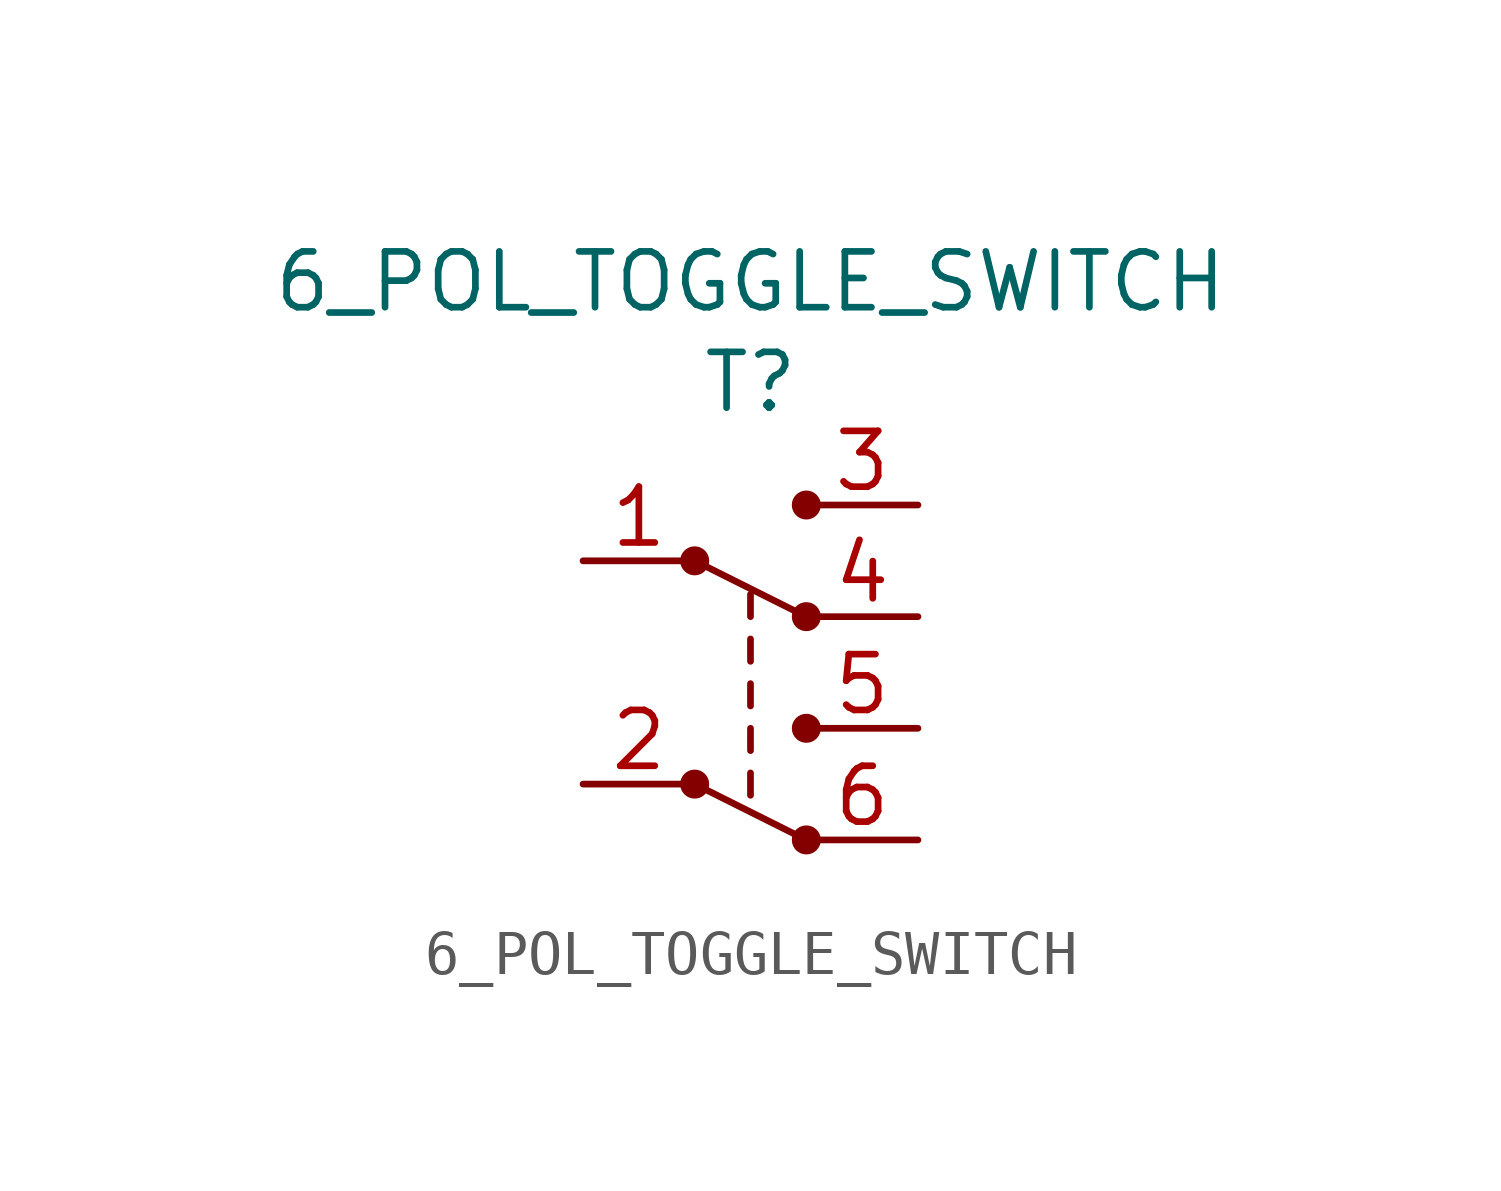
<source format=kicad_sym>
(kicad_symbol_lib
  (version 20211014)
  (generator kicad_symbol_editor)
  (symbol "6_POL_TOGGLE_SWITCH"
    (property "Reference" "T"
      (at 0 6.604 0)
      (effects (font (size 1.27 1.27))))
    (property "Value" "6_POL_TOGGLE_SWITCH"
      (at 0 8.89 0)
      (effects (font (size 1.27 1.27))))
    (symbol "6_POL_TOGGLE_SWITCH_0_1"
      (circle (center -1.27 -2.54) (radius 0.254) (stroke (width 0) (type default) (color 0 0 0 0)) (fill (type outline)))
      (circle (center -1.27 2.54) (radius 0.254) (stroke (width 0) (type default) (color 0 0 0 0)) (fill (type outline)))
      (polyline (pts (xy -1.27 -2.54) (xy 1.27 -3.81)) (stroke (width 0) (type default) (color 0 0 0 0)) (fill (type none)))
      (polyline (pts (xy -1.27 2.54) (xy 1.27 1.27)) (stroke (width 0) (type default) (color 0 0 0 0)) (fill (type none)))
      (polyline (pts (xy 0 -2.794) (xy 0 -2.54) (xy 0 -2.286)) (stroke (width 0) (type default) (color 0 0 0 0)) (fill (type none)))
      (polyline (pts (xy 0 -1.778) (xy 0 -1.524) (xy 0 -1.27)) (stroke (width 0) (type default) (color 0 0 0 0)) (fill (type none)))
      (polyline (pts (xy 0 -0.762) (xy 0 -0.508) (xy 0 -0.254)) (stroke (width 0) (type default) (color 0 0 0 0)) (fill (type none)))
      (polyline (pts (xy 0 0.254) (xy 0 0.508) (xy 0 0.762)) (stroke (width 0) (type default) (color 0 0 0 0)) (fill (type none)))
      (polyline (pts (xy 0 1.27) (xy 0 1.524) (xy 0 1.778)) (stroke (width 0) (type default) (color 0 0 0 0)) (fill (type none)))
      (circle (center 1.27 -3.81) (radius 0.254) (stroke (width 0) (type default) (color 0 0 0 0)) (fill (type outline)))
      (circle (center 1.27 -1.27) (radius 0.254) (stroke (width 0) (type default) (color 0 0 0 0)) (fill (type outline)))
      (circle (center 1.27 1.27) (radius 0.254) (stroke (width 0) (type default) (color 0 0 0 0)) (fill (type outline)))
      (circle (center 1.27 3.81) (radius 0.254) (stroke (width 0) (type default) (color 0 0 0 0)) (fill (type outline))))
    (symbol "6_POL_TOGGLE_SWITCH_1_1"
      (pin bidirectional line (at -3.81 2.54 0) (length 2.54) (name "" (effects (font (size 1.27 1.27)))) (number "1" (effects (font (size 1.27 1.27)))))
      (pin bidirectional line (at -3.81 -2.54 0) (length 2.54) (name "" (effects (font (size 1.27 1.27)))) (number "2" (effects (font (size 1.27 1.27)))))
      (pin bidirectional line (at 3.81 3.81 180) (length 2.54) (name "" (effects (font (size 1.27 1.27)))) (number "3" (effects (font (size 1.27 1.27)))))
      (pin bidirectional line (at 3.81 1.27 180) (length 2.54) (name "" (effects (font (size 1.27 1.27)))) (number "4" (effects (font (size 1.27 1.27)))))
      (pin bidirectional line (at 3.81 -1.27 180) (length 2.54) (name "" (effects (font (size 1.27 1.27)))) (number "5" (effects (font (size 1.27 1.27)))))
      (pin bidirectional line (at 3.81 -3.81 180) (length 2.54) (name "" (effects (font (size 1.27 1.27)))) (number "6" (effects (font (size 1.27 1.27))))))))
</source>
